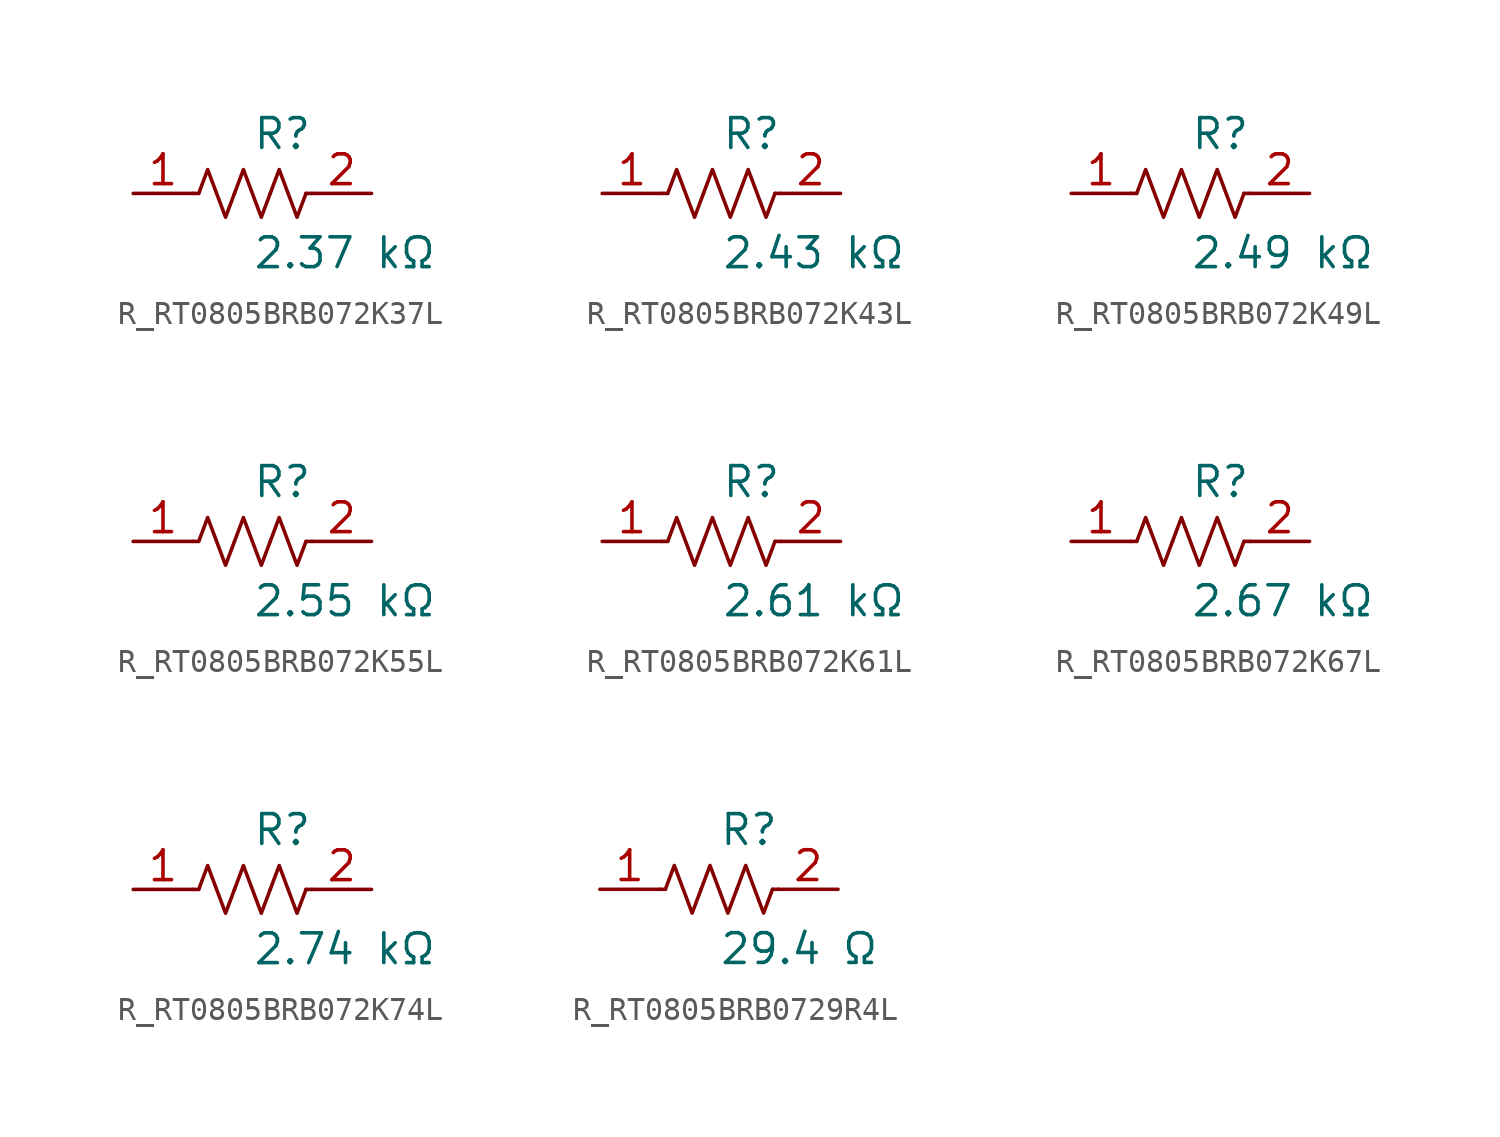
<source format=kicad_sym>
(kicad_symbol_lib
  (version 20231120)
  (generator kicad_symbol_editor)
  (generator_version 8.0)
  (symbol "R_RT0805BRB072K37L"
    (pin_names
      (offset 0.254))
    (property "Reference" "R"
      (at 0 2.54 0)
      (effects (font (size 1.27 1.27)) (justify left)))
    (property "Value" "2.37 kΩ"
      (at 0 -2.54 0)
      (effects (font (size 1.27 1.27)) (justify left)))
    (symbol "R_RT0805BRB072K37L_0_1"
      (polyline (pts (xy 2.286 0) (xy 2.54 0)) (stroke (width 0) (type default)) (fill (type none)))
      (polyline (pts (xy -2.286 0) (xy -2.54 0)) (stroke (width 0) (type default)) (fill (type none)))
      (polyline (pts (xy 0.762 0) (xy 1.143 1.016) (xy 1.524 0) (xy 1.905 -1.016) (xy 2.286 0)) (stroke (width 0) (type default)) (fill (type none)))
      (polyline (pts (xy -0.762 0) (xy -0.381 1.016) (xy 0 0) (xy 0.381 -1.016) (xy 0.762 0)) (stroke (width 0) (type default)) (fill (type none)))
      (polyline (pts (xy -2.286 0) (xy -1.905 1.016) (xy -1.524 0) (xy -1.143 -1.016) (xy -0.762 0)) (stroke (width 0) (type default)) (fill (type none))))
    (pin unspecified line
      (at -5.08 0 0)
      (length 2.54)
      (name "" (effects (font (size 1.27 1.27))))
      (number "1" (effects (font (size 1.27 1.27)))))
    (pin unspecified line
      (at 5.08 0 180)
      (length 2.54)
      (name "" (effects (font (size 1.27 1.27))))
      (number "2" (effects (font (size 1.27 1.27))))))
  (symbol "R_RT0805BRB072K43L"
    (pin_names
      (offset 0.254))
    (property "Reference" "R"
      (at 0 2.54 0)
      (effects (font (size 1.27 1.27)) (justify left)))
    (property "Value" "2.43 kΩ"
      (at 0 -2.54 0)
      (effects (font (size 1.27 1.27)) (justify left)))
    (symbol "R_RT0805BRB072K43L_0_1"
      (polyline (pts (xy 2.286 0) (xy 2.54 0)) (stroke (width 0) (type default)) (fill (type none)))
      (polyline (pts (xy -2.286 0) (xy -2.54 0)) (stroke (width 0) (type default)) (fill (type none)))
      (polyline (pts (xy 0.762 0) (xy 1.143 1.016) (xy 1.524 0) (xy 1.905 -1.016) (xy 2.286 0)) (stroke (width 0) (type default)) (fill (type none)))
      (polyline (pts (xy -0.762 0) (xy -0.381 1.016) (xy 0 0) (xy 0.381 -1.016) (xy 0.762 0)) (stroke (width 0) (type default)) (fill (type none)))
      (polyline (pts (xy -2.286 0) (xy -1.905 1.016) (xy -1.524 0) (xy -1.143 -1.016) (xy -0.762 0)) (stroke (width 0) (type default)) (fill (type none))))
    (pin unspecified line
      (at -5.08 0 0)
      (length 2.54)
      (name "" (effects (font (size 1.27 1.27))))
      (number "1" (effects (font (size 1.27 1.27)))))
    (pin unspecified line
      (at 5.08 0 180)
      (length 2.54)
      (name "" (effects (font (size 1.27 1.27))))
      (number "2" (effects (font (size 1.27 1.27))))))
  (symbol "R_RT0805BRB072K49L"
    (pin_names
      (offset 0.254))
    (property "Reference" "R"
      (at 0 2.54 0)
      (effects (font (size 1.27 1.27)) (justify left)))
    (property "Value" "2.49 kΩ"
      (at 0 -2.54 0)
      (effects (font (size 1.27 1.27)) (justify left)))
    (symbol "R_RT0805BRB072K49L_0_1"
      (polyline (pts (xy 2.286 0) (xy 2.54 0)) (stroke (width 0) (type default)) (fill (type none)))
      (polyline (pts (xy -2.286 0) (xy -2.54 0)) (stroke (width 0) (type default)) (fill (type none)))
      (polyline (pts (xy 0.762 0) (xy 1.143 1.016) (xy 1.524 0) (xy 1.905 -1.016) (xy 2.286 0)) (stroke (width 0) (type default)) (fill (type none)))
      (polyline (pts (xy -0.762 0) (xy -0.381 1.016) (xy 0 0) (xy 0.381 -1.016) (xy 0.762 0)) (stroke (width 0) (type default)) (fill (type none)))
      (polyline (pts (xy -2.286 0) (xy -1.905 1.016) (xy -1.524 0) (xy -1.143 -1.016) (xy -0.762 0)) (stroke (width 0) (type default)) (fill (type none))))
    (pin unspecified line
      (at -5.08 0 0)
      (length 2.54)
      (name "" (effects (font (size 1.27 1.27))))
      (number "1" (effects (font (size 1.27 1.27)))))
    (pin unspecified line
      (at 5.08 0 180)
      (length 2.54)
      (name "" (effects (font (size 1.27 1.27))))
      (number "2" (effects (font (size 1.27 1.27))))))
  (symbol "R_RT0805BRB072K55L"
    (pin_names
      (offset 0.254))
    (property "Reference" "R"
      (at 0 2.54 0)
      (effects (font (size 1.27 1.27)) (justify left)))
    (property "Value" "2.55 kΩ"
      (at 0 -2.54 0)
      (effects (font (size 1.27 1.27)) (justify left)))
    (symbol "R_RT0805BRB072K55L_0_1"
      (polyline (pts (xy 2.286 0) (xy 2.54 0)) (stroke (width 0) (type default)) (fill (type none)))
      (polyline (pts (xy -2.286 0) (xy -2.54 0)) (stroke (width 0) (type default)) (fill (type none)))
      (polyline (pts (xy 0.762 0) (xy 1.143 1.016) (xy 1.524 0) (xy 1.905 -1.016) (xy 2.286 0)) (stroke (width 0) (type default)) (fill (type none)))
      (polyline (pts (xy -0.762 0) (xy -0.381 1.016) (xy 0 0) (xy 0.381 -1.016) (xy 0.762 0)) (stroke (width 0) (type default)) (fill (type none)))
      (polyline (pts (xy -2.286 0) (xy -1.905 1.016) (xy -1.524 0) (xy -1.143 -1.016) (xy -0.762 0)) (stroke (width 0) (type default)) (fill (type none))))
    (pin unspecified line
      (at -5.08 0 0)
      (length 2.54)
      (name "" (effects (font (size 1.27 1.27))))
      (number "1" (effects (font (size 1.27 1.27)))))
    (pin unspecified line
      (at 5.08 0 180)
      (length 2.54)
      (name "" (effects (font (size 1.27 1.27))))
      (number "2" (effects (font (size 1.27 1.27))))))
  (symbol "R_RT0805BRB072K61L"
    (pin_names
      (offset 0.254))
    (property "Reference" "R"
      (at 0 2.54 0)
      (effects (font (size 1.27 1.27)) (justify left)))
    (property "Value" "2.61 kΩ"
      (at 0 -2.54 0)
      (effects (font (size 1.27 1.27)) (justify left)))
    (symbol "R_RT0805BRB072K61L_0_1"
      (polyline (pts (xy 2.286 0) (xy 2.54 0)) (stroke (width 0) (type default)) (fill (type none)))
      (polyline (pts (xy -2.286 0) (xy -2.54 0)) (stroke (width 0) (type default)) (fill (type none)))
      (polyline (pts (xy 0.762 0) (xy 1.143 1.016) (xy 1.524 0) (xy 1.905 -1.016) (xy 2.286 0)) (stroke (width 0) (type default)) (fill (type none)))
      (polyline (pts (xy -0.762 0) (xy -0.381 1.016) (xy 0 0) (xy 0.381 -1.016) (xy 0.762 0)) (stroke (width 0) (type default)) (fill (type none)))
      (polyline (pts (xy -2.286 0) (xy -1.905 1.016) (xy -1.524 0) (xy -1.143 -1.016) (xy -0.762 0)) (stroke (width 0) (type default)) (fill (type none))))
    (pin unspecified line
      (at -5.08 0 0)
      (length 2.54)
      (name "" (effects (font (size 1.27 1.27))))
      (number "1" (effects (font (size 1.27 1.27)))))
    (pin unspecified line
      (at 5.08 0 180)
      (length 2.54)
      (name "" (effects (font (size 1.27 1.27))))
      (number "2" (effects (font (size 1.27 1.27))))))
  (symbol "R_RT0805BRB072K67L"
    (pin_names
      (offset 0.254))
    (property "Reference" "R"
      (at 0 2.54 0)
      (effects (font (size 1.27 1.27)) (justify left)))
    (property "Value" "2.67 kΩ"
      (at 0 -2.54 0)
      (effects (font (size 1.27 1.27)) (justify left)))
    (symbol "R_RT0805BRB072K67L_0_1"
      (polyline (pts (xy 2.286 0) (xy 2.54 0)) (stroke (width 0) (type default)) (fill (type none)))
      (polyline (pts (xy -2.286 0) (xy -2.54 0)) (stroke (width 0) (type default)) (fill (type none)))
      (polyline (pts (xy 0.762 0) (xy 1.143 1.016) (xy 1.524 0) (xy 1.905 -1.016) (xy 2.286 0)) (stroke (width 0) (type default)) (fill (type none)))
      (polyline (pts (xy -0.762 0) (xy -0.381 1.016) (xy 0 0) (xy 0.381 -1.016) (xy 0.762 0)) (stroke (width 0) (type default)) (fill (type none)))
      (polyline (pts (xy -2.286 0) (xy -1.905 1.016) (xy -1.524 0) (xy -1.143 -1.016) (xy -0.762 0)) (stroke (width 0) (type default)) (fill (type none))))
    (pin unspecified line
      (at -5.08 0 0)
      (length 2.54)
      (name "" (effects (font (size 1.27 1.27))))
      (number "1" (effects (font (size 1.27 1.27)))))
    (pin unspecified line
      (at 5.08 0 180)
      (length 2.54)
      (name "" (effects (font (size 1.27 1.27))))
      (number "2" (effects (font (size 1.27 1.27))))))
  (symbol "R_RT0805BRB072K74L"
    (pin_names
      (offset 0.254))
    (property "Reference" "R"
      (at 0 2.54 0)
      (effects (font (size 1.27 1.27)) (justify left)))
    (property "Value" "2.74 kΩ"
      (at 0 -2.54 0)
      (effects (font (size 1.27 1.27)) (justify left)))
    (symbol "R_RT0805BRB072K74L_0_1"
      (polyline (pts (xy 2.286 0) (xy 2.54 0)) (stroke (width 0) (type default)) (fill (type none)))
      (polyline (pts (xy -2.286 0) (xy -2.54 0)) (stroke (width 0) (type default)) (fill (type none)))
      (polyline (pts (xy 0.762 0) (xy 1.143 1.016) (xy 1.524 0) (xy 1.905 -1.016) (xy 2.286 0)) (stroke (width 0) (type default)) (fill (type none)))
      (polyline (pts (xy -0.762 0) (xy -0.381 1.016) (xy 0 0) (xy 0.381 -1.016) (xy 0.762 0)) (stroke (width 0) (type default)) (fill (type none)))
      (polyline (pts (xy -2.286 0) (xy -1.905 1.016) (xy -1.524 0) (xy -1.143 -1.016) (xy -0.762 0)) (stroke (width 0) (type default)) (fill (type none))))
    (pin unspecified line
      (at -5.08 0 0)
      (length 2.54)
      (name "" (effects (font (size 1.27 1.27))))
      (number "1" (effects (font (size 1.27 1.27)))))
    (pin unspecified line
      (at 5.08 0 180)
      (length 2.54)
      (name "" (effects (font (size 1.27 1.27))))
      (number "2" (effects (font (size 1.27 1.27))))))
  (symbol "R_RT0805BRB0729R4L"
    (pin_names
      (offset 0.254))
    (property "Reference" "R"
      (at 0 2.54 0)
      (effects (font (size 1.27 1.27)) (justify left)))
    (property "Value" "29.4 Ω"
      (at 0 -2.54 0)
      (effects (font (size 1.27 1.27)) (justify left)))
    (symbol "R_RT0805BRB0729R4L_0_1"
      (polyline (pts (xy 2.286 0) (xy 2.54 0)) (stroke (width 0) (type default)) (fill (type none)))
      (polyline (pts (xy -2.286 0) (xy -2.54 0)) (stroke (width 0) (type default)) (fill (type none)))
      (polyline (pts (xy 0.762 0) (xy 1.143 1.016) (xy 1.524 0) (xy 1.905 -1.016) (xy 2.286 0)) (stroke (width 0) (type default)) (fill (type none)))
      (polyline (pts (xy -0.762 0) (xy -0.381 1.016) (xy 0 0) (xy 0.381 -1.016) (xy 0.762 0)) (stroke (width 0) (type default)) (fill (type none)))
      (polyline (pts (xy -2.286 0) (xy -1.905 1.016) (xy -1.524 0) (xy -1.143 -1.016) (xy -0.762 0)) (stroke (width 0) (type default)) (fill (type none))))
    (pin unspecified line
      (at -5.08 0 0)
      (length 2.54)
      (name "" (effects (font (size 1.27 1.27))))
      (number "1" (effects (font (size 1.27 1.27)))))
    (pin unspecified line
      (at 5.08 0 180)
      (length 2.54)
      (name "" (effects (font (size 1.27 1.27))))
      (number "2" (effects (font (size 1.27 1.27)))))))
</source>
